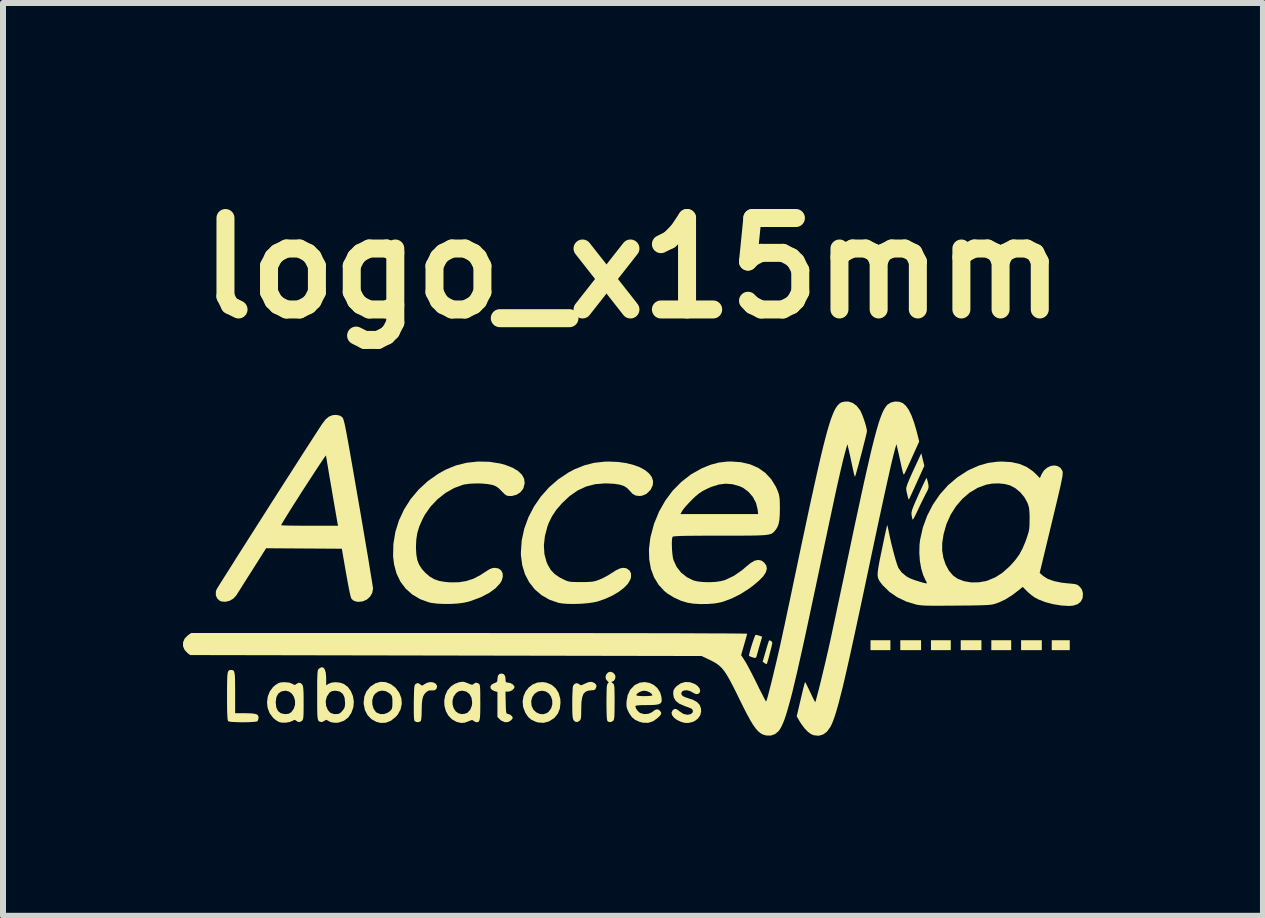
<source format=kicad_pcb>
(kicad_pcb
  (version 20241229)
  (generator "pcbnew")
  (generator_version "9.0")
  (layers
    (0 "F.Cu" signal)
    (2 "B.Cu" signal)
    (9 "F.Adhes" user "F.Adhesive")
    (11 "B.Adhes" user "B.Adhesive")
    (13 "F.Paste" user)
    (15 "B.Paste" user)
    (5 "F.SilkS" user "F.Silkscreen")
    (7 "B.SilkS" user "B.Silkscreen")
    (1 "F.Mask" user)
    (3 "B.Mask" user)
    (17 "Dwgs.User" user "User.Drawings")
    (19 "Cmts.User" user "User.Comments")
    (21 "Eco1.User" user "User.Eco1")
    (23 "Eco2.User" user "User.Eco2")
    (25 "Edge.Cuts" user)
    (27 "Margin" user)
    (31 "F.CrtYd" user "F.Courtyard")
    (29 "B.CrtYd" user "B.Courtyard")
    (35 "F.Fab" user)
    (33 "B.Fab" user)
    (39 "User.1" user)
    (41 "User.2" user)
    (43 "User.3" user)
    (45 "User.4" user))
  (footprint "logo_x15mm"
    (layer "F.Cu")
    (at 7.493 6.418)
    (property "Reference" "logo_x15mm" (at 0 -5 0) (layer "F.SilkS") (effects (font (size 1.524 1.524) (thickness 0.3))))
    (attr board_only exclude_from_pos_files exclude_from_bom)
    (fp_poly (pts (xy 4.296 1.367) (xy 3.965 1.367) (xy 3.965 1.202) (xy 4.296 1.202)) (stroke (width 0) (type solid)) (fill yes) (layer "F.SilkS"))
    (fp_poly (pts (xy 4.807 1.367) (xy 4.461 1.367) (xy 4.461 1.202) (xy 4.807 1.202)) (stroke (width 0) (type solid)) (fill yes) (layer "F.SilkS"))
    (fp_poly (pts (xy 5.302 1.367) (xy 4.972 1.367) (xy 4.972 1.202) (xy 5.302 1.202)) (stroke (width 0) (type solid)) (fill yes) (layer "F.SilkS"))
    (fp_poly (pts (xy 5.813 1.367) (xy 5.468 1.367) (xy 5.468 1.202) (xy 5.813 1.202)) (stroke (width 0) (type solid)) (fill yes) (layer "F.SilkS"))
    (fp_poly (pts (xy 6.309 1.367) (xy 5.978 1.367) (xy 5.978 1.202) (xy 6.309 1.202)) (stroke (width 0) (type solid)) (fill yes) (layer "F.SilkS"))
    (fp_poly (pts (xy 6.819 1.367) (xy 6.474 1.367) (xy 6.474 1.202) (xy 6.819 1.202)) (stroke (width 0) (type solid)) (fill yes) (layer "F.SilkS"))
    (fp_poly (pts (xy 7.285 1.367) (xy 6.985 1.367) (xy 6.985 1.202) (xy 7.285 1.202)) (stroke (width 0) (type solid)) (fill yes) (layer "F.SilkS"))
    (fp_poly (pts (xy 2.314 1.219) (xy 2.328 1.241) (xy 2.328 1.245) (xy 2.324 1.266) (xy 2.315 1.309) (xy 2.301 1.365) (xy 2.285 1.427) (xy 2.269 1.489) (xy 2.254 1.543) (xy 2.242 1.582) (xy 2.235 1.6) (xy 2.235 1.6) (xy 2.221 1.596) (xy 2.199 1.583) (xy 2.167 1.561) (xy 2.217 1.387) (xy 2.237 1.319) (xy 2.254 1.262) (xy 2.267 1.223) (xy 2.273 1.207) (xy 2.273 1.207) (xy 2.292 1.205)) (stroke (width 0) (type solid)) (fill yes) (layer "F.SilkS"))
    (fp_poly (pts (xy 2.077 1.116) (xy 2.114 1.127) (xy 2.159 1.143) (xy 2.123 1.266) (xy 2.104 1.331) (xy 2.087 1.393) (xy 2.074 1.439) (xy 2.072 1.446) (xy 2.061 1.483) (xy 2.047 1.497) (xy 2.022 1.494) (xy 1.99 1.484) (xy 1.958 1.472) (xy 1.941 1.464) (xy 1.94 1.464) (xy 1.941 1.447) (xy 1.949 1.409) (xy 1.963 1.357) (xy 1.981 1.297) (xy 2.001 1.235) (xy 2.02 1.18) (xy 2.036 1.137) (xy 2.048 1.114) (xy 2.051 1.112)) (stroke (width 0) (type solid)) (fill yes) (layer "F.SilkS"))
    (fp_poly (pts (xy 4.836 -1.81) (xy 4.862 -1.705) (xy 4.736 -1.428) (xy 4.698 -1.344) (xy 4.664 -1.27) (xy 4.636 -1.209) (xy 4.616 -1.167) (xy 4.606 -1.146) (xy 4.605 -1.145) (xy 4.597 -1.152) (xy 4.592 -1.167) (xy 4.584 -1.197) (xy 4.573 -1.243) (xy 4.567 -1.269) (xy 4.563 -1.291) (xy 4.56 -1.31) (xy 4.56 -1.331) (xy 4.565 -1.356) (xy 4.575 -1.389) (xy 4.592 -1.432) (xy 4.616 -1.489) (xy 4.649 -1.563) (xy 4.691 -1.656) (xy 4.745 -1.772) (xy 4.773 -1.833) (xy 4.811 -1.915)) (stroke (width 0) (type solid)) (fill yes) (layer "F.SilkS"))
    (fp_poly (pts (xy 4.905 -1.489) (xy 4.915 -1.454) (xy 4.923 -1.421) (xy 4.931 -1.378) (xy 4.932 -1.346) (xy 4.924 -1.315) (xy 4.905 -1.274) (xy 4.885 -1.237) (xy 4.856 -1.18) (xy 4.82 -1.107) (xy 4.781 -1.027) (xy 4.752 -0.964) (xy 4.722 -0.901) (xy 4.696 -0.85) (xy 4.677 -0.817) (xy 4.667 -0.806) (xy 4.667 -0.807) (xy 4.66 -0.828) (xy 4.652 -0.867) (xy 4.65 -0.881) (xy 4.647 -0.904) (xy 4.649 -0.929) (xy 4.655 -0.96) (xy 4.669 -1.001) (xy 4.691 -1.056) (xy 4.723 -1.13) (xy 4.764 -1.222) (xy 4.802 -1.306) (xy 4.837 -1.381) (xy 4.865 -1.44) (xy 4.886 -1.482) (xy 4.896 -1.501) (xy 4.897 -1.502)) (stroke (width 0) (type solid)) (fill yes) (layer "F.SilkS"))
    (fp_poly (pts (xy -3.322 1.905) (xy -3.283 1.925) (xy -3.261 1.958) (xy -3.259 1.974) (xy -3.271 2.015) (xy -3.304 2.037) (xy -3.348 2.038) (xy -3.394 2.039) (xy -3.433 2.061) (xy -3.466 2.094) (xy -3.489 2.134) (xy -3.504 2.187) (xy -3.512 2.26) (xy -3.515 2.356) (xy -3.515 2.362) (xy -3.517 2.452) (xy -3.522 2.514) (xy -3.53 2.547) (xy -3.533 2.551) (xy -3.567 2.567) (xy -3.606 2.564) (xy -3.634 2.548) (xy -3.64 2.527) (xy -3.645 2.481) (xy -3.647 2.41) (xy -3.647 2.311) (xy -3.647 2.238) (xy -3.645 2.138) (xy -3.643 2.063) (xy -3.641 2.01) (xy -3.637 1.975) (xy -3.631 1.952) (xy -3.624 1.939) (xy -3.613 1.929) (xy -3.611 1.928) (xy -3.585 1.916) (xy -3.562 1.922) (xy -3.543 1.936) (xy -3.516 1.955) (xy -3.497 1.954) (xy -3.474 1.938) (xy -3.424 1.91) (xy -3.371 1.899)) (stroke (width 0) (type solid)) (fill yes) (layer "F.SilkS"))
    (fp_poly (pts (xy -6.671 1.699) (xy -6.655 1.705) (xy -6.643 1.72) (xy -6.635 1.747) (xy -6.629 1.79) (xy -6.626 1.851) (xy -6.625 1.935) (xy -6.624 2.044) (xy -6.624 2.076) (xy -6.624 2.418) (xy -6.467 2.418) (xy -6.377 2.42) (xy -6.312 2.425) (xy -6.269 2.436) (xy -6.245 2.452) (xy -6.235 2.476) (xy -6.234 2.49) (xy -6.24 2.528) (xy -6.252 2.551) (xy -6.274 2.558) (xy -6.319 2.563) (xy -6.382 2.567) (xy -6.454 2.569) (xy -6.531 2.569) (xy -6.604 2.567) (xy -6.668 2.564) (xy -6.715 2.559) (xy -6.74 2.551) (xy -6.741 2.551) (xy -6.747 2.535) (xy -6.752 2.5) (xy -6.755 2.444) (xy -6.758 2.364) (xy -6.759 2.259) (xy -6.759 2.133) (xy -6.759 2.007) (xy -6.758 1.908) (xy -6.756 1.833) (xy -6.753 1.778) (xy -6.747 1.74) (xy -6.738 1.717) (xy -6.726 1.704) (xy -6.711 1.698) (xy -6.692 1.697)) (stroke (width 0) (type solid)) (fill yes) (layer "F.SilkS"))
    (fp_poly (pts (xy -0.644 1.91) (xy -0.629 1.921) (xy -0.605 1.946) (xy -0.603 1.973) (xy -0.609 1.992) (xy -0.623 2.021) (xy -0.646 2.033) (xy -0.684 2.036) (xy -0.744 2.043) (xy -0.789 2.063) (xy -0.821 2.099) (xy -0.841 2.156) (xy -0.853 2.235) (xy -0.856 2.34) (xy -0.856 2.347) (xy -0.857 2.423) (xy -0.859 2.476) (xy -0.864 2.51) (xy -0.873 2.531) (xy -0.884 2.544) (xy -0.923 2.566) (xy -0.959 2.559) (xy -0.983 2.535) (xy -0.992 2.517) (xy -0.998 2.488) (xy -1.003 2.445) (xy -1.005 2.383) (xy -1.006 2.298) (xy -1.006 2.251) (xy -1.006 2.164) (xy -1.003 2.086) (xy -1 2.022) (xy -0.996 1.978) (xy -0.993 1.963) (xy -0.967 1.929) (xy -0.932 1.917) (xy -0.896 1.929) (xy -0.889 1.935) (xy -0.872 1.949) (xy -0.853 1.951) (xy -0.824 1.939) (xy -0.797 1.926) (xy -0.734 1.9) (xy -0.686 1.895)) (stroke (width 0) (type solid)) (fill yes) (layer "F.SilkS"))
    (fp_poly (pts (xy -0.33 1.74) (xy -0.298 1.771) (xy -0.285 1.808) (xy -0.294 1.85) (xy -0.316 1.881) (xy -0.342 1.893) (xy -0.356 1.896) (xy -0.345 1.908) (xy -0.334 1.916) (xy -0.322 1.925) (xy -0.314 1.937) (xy -0.308 1.956) (xy -0.304 1.985) (xy -0.302 2.031) (xy -0.301 2.096) (xy -0.3 2.185) (xy -0.3 2.23) (xy -0.301 2.334) (xy -0.302 2.411) (xy -0.304 2.467) (xy -0.308 2.504) (xy -0.314 2.528) (xy -0.322 2.543) (xy -0.324 2.545) (xy -0.362 2.566) (xy -0.401 2.562) (xy -0.418 2.551) (xy -0.425 2.532) (xy -0.43 2.493) (xy -0.433 2.429) (xy -0.435 2.339) (xy -0.436 2.237) (xy -0.435 2.133) (xy -0.434 2.054) (xy -0.432 1.998) (xy -0.428 1.961) (xy -0.422 1.937) (xy -0.415 1.924) (xy -0.413 1.922) (xy -0.399 1.906) (xy -0.408 1.891) (xy -0.42 1.882) (xy -0.446 1.849) (xy -0.451 1.807) (xy -0.436 1.767) (xy -0.407 1.737) (xy -0.369 1.727)) (stroke (width 0) (type solid)) (fill yes) (layer "F.SilkS"))
    (fp_poly (pts (xy -1.439 1.908) (xy -1.351 1.944) (xy -1.282 2.003) (xy -1.233 2.081) (xy -1.206 2.176) (xy -1.202 2.239) (xy -1.213 2.342) (xy -1.246 2.426) (xy -1.303 2.495) (xy -1.313 2.504) (xy -1.397 2.556) (xy -1.485 2.579) (xy -1.576 2.572) (xy -1.614 2.561) (xy -1.686 2.528) (xy -1.74 2.482) (xy -1.785 2.415) (xy -1.791 2.404) (xy -1.825 2.313) (xy -1.833 2.222) (xy -1.832 2.215) (xy -1.69 2.215) (xy -1.684 2.29) (xy -1.683 2.297) (xy -1.653 2.359) (xy -1.606 2.404) (xy -1.549 2.43) (xy -1.488 2.435) (xy -1.43 2.416) (xy -1.397 2.391) (xy -1.356 2.333) (xy -1.338 2.268) (xy -1.34 2.202) (xy -1.36 2.14) (xy -1.397 2.089) (xy -1.449 2.055) (xy -1.51 2.043) (xy -1.578 2.056) (xy -1.633 2.093) (xy -1.672 2.148) (xy -1.69 2.215) (xy -1.832 2.215) (xy -1.818 2.135) (xy -1.784 2.057) (xy -1.732 1.99) (xy -1.666 1.939) (xy -1.588 1.907) (xy -1.501 1.899)) (stroke (width 0) (type solid)) (fill yes) (layer "F.SilkS"))
    (fp_poly (pts (xy -2.146 1.768) (xy -2.124 1.802) (xy -2.118 1.851) (xy -2.116 1.888) (xy -2.105 1.904) (xy -2.079 1.908) (xy -2.073 1.908) (xy -2.034 1.917) (xy -1.996 1.939) (xy -1.972 1.968) (xy -1.968 1.983) (xy -1.981 2.011) (xy -2.012 2.038) (xy -2.052 2.055) (xy -2.073 2.058) (xy -2.119 2.058) (xy -2.115 2.242) (xy -2.113 2.319) (xy -2.11 2.371) (xy -2.106 2.403) (xy -2.1 2.42) (xy -2.089 2.428) (xy -2.074 2.431) (xy -2.073 2.431) (xy -2.036 2.445) (xy -2.007 2.472) (xy -1.998 2.496) (xy -2.007 2.515) (xy -2.028 2.538) (xy -2.074 2.565) (xy -2.128 2.568) (xy -2.182 2.546) (xy -2.209 2.525) (xy -2.253 2.481) (xy -2.253 2.064) (xy -2.301 2.05) (xy -2.339 2.032) (xy -2.364 2.009) (xy -2.364 2.009) (xy -2.371 1.974) (xy -2.352 1.942) (xy -2.308 1.918) (xy -2.301 1.916) (xy -2.268 1.902) (xy -2.255 1.88) (xy -2.253 1.847) (xy -2.245 1.794) (xy -2.219 1.764) (xy -2.186 1.757)) (stroke (width 0) (type solid)) (fill yes) (layer "F.SilkS"))
    (fp_poly (pts (xy -4.115 1.9) (xy -4.031 1.933) (xy -3.952 1.993) (xy -3.948 1.998) (xy -3.888 2.08) (xy -3.854 2.169) (xy -3.847 2.263) (xy -3.867 2.354) (xy -3.913 2.44) (xy -3.949 2.48) (xy -4.027 2.543) (xy -4.11 2.576) (xy -4.197 2.58) (xy -4.271 2.562) (xy -4.353 2.517) (xy -4.417 2.451) (xy -4.461 2.367) (xy -4.481 2.269) (xy -4.483 2.238) (xy -4.478 2.2) (xy -4.339 2.2) (xy -4.338 2.272) (xy -4.318 2.34) (xy -4.281 2.395) (xy -4.263 2.41) (xy -4.207 2.432) (xy -4.143 2.432) (xy -4.082 2.41) (xy -4.052 2.39) (xy -4.026 2.365) (xy -4.012 2.341) (xy -4.005 2.31) (xy -4.003 2.262) (xy -4.003 2.238) (xy -4.004 2.181) (xy -4.009 2.145) (xy -4.02 2.12) (xy -4.041 2.097) (xy -4.052 2.087) (xy -4.112 2.051) (xy -4.177 2.041) (xy -4.239 2.056) (xy -4.292 2.094) (xy -4.319 2.133) (xy -4.339 2.2) (xy -4.478 2.2) (xy -4.471 2.138) (xy -4.436 2.054) (xy -4.375 1.98) (xy -4.365 1.971) (xy -4.285 1.919) (xy -4.201 1.895)) (stroke (width 0) (type solid)) (fill yes) (layer "F.SilkS"))
    (fp_poly (pts (xy 0.958 1.902) (xy 1.036 1.931) (xy 1.081 1.962) (xy 1.115 2.003) (xy 1.126 2.043) (xy 1.117 2.076) (xy 1.092 2.097) (xy 1.056 2.1) (xy 1.01 2.079) (xy 1.005 2.075) (xy 0.957 2.049) (xy 0.907 2.036) (xy 0.861 2.038) (xy 0.827 2.053) (xy 0.811 2.081) (xy 0.811 2.086) (xy 0.817 2.113) (xy 0.838 2.134) (xy 0.881 2.153) (xy 0.926 2.168) (xy 1.015 2.199) (xy 1.078 2.236) (xy 1.118 2.281) (xy 1.138 2.337) (xy 1.142 2.387) (xy 1.128 2.45) (xy 1.089 2.507) (xy 1.032 2.55) (xy 0.994 2.566) (xy 0.925 2.581) (xy 0.864 2.578) (xy 0.807 2.562) (xy 0.738 2.53) (xy 0.687 2.49) (xy 0.656 2.448) (xy 0.649 2.406) (xy 0.668 2.368) (xy 0.669 2.367) (xy 0.699 2.347) (xy 0.729 2.349) (xy 0.767 2.374) (xy 0.783 2.388) (xy 0.847 2.43) (xy 0.912 2.444) (xy 0.965 2.435) (xy 0.997 2.411) (xy 1.006 2.38) (xy 0.991 2.35) (xy 0.988 2.347) (xy 0.965 2.335) (xy 0.922 2.318) (xy 0.869 2.299) (xy 0.868 2.299) (xy 0.78 2.261) (xy 0.72 2.214) (xy 0.686 2.156) (xy 0.676 2.093) (xy 0.679 2.048) (xy 0.693 2.014) (xy 0.723 1.978) (xy 0.732 1.968) (xy 0.799 1.921) (xy 0.877 1.898)) (stroke (width 0) (type solid)) (fill yes) (layer "F.SilkS"))
    (fp_poly (pts (xy -5.722 1.908) (xy -5.672 1.928) (xy -5.641 1.945) (xy -5.622 1.945) (xy -5.604 1.931) (xy -5.565 1.91) (xy -5.529 1.918) (xy -5.506 1.941) (xy -5.497 1.959) (xy -5.491 1.986) (xy -5.487 2.027) (xy -5.484 2.086) (xy -5.483 2.167) (xy -5.483 2.247) (xy -5.483 2.344) (xy -5.484 2.417) (xy -5.486 2.468) (xy -5.49 2.502) (xy -5.496 2.524) (xy -5.504 2.538) (xy -5.51 2.544) (xy -5.548 2.566) (xy -5.584 2.56) (xy -5.604 2.545) (xy -5.626 2.53) (xy -5.647 2.533) (xy -5.666 2.545) (xy -5.717 2.565) (xy -5.783 2.576) (xy -5.849 2.575) (xy -5.885 2.567) (xy -5.924 2.548) (xy -5.97 2.515) (xy -5.993 2.493) (xy -6.05 2.417) (xy -6.083 2.329) (xy -6.093 2.238) (xy -5.948 2.238) (xy -5.939 2.321) (xy -5.91 2.382) (xy -5.862 2.419) (xy -5.795 2.433) (xy -5.787 2.433) (xy -5.733 2.427) (xy -5.694 2.405) (xy -5.686 2.398) (xy -5.646 2.341) (xy -5.626 2.276) (xy -5.626 2.209) (xy -5.644 2.147) (xy -5.677 2.095) (xy -5.724 2.058) (xy -5.783 2.043) (xy -5.789 2.043) (xy -5.857 2.056) (xy -5.906 2.092) (xy -5.937 2.151) (xy -5.948 2.232) (xy -5.948 2.238) (xy -6.093 2.238) (xy -6.093 2.236) (xy -6.081 2.143) (xy -6.047 2.056) (xy -5.992 1.981) (xy -5.95 1.946) (xy -5.904 1.918) (xy -5.861 1.904) (xy -5.804 1.901) (xy -5.8 1.901)) (stroke (width 0) (type solid)) (fill yes) (layer "F.SilkS"))
    (fp_poly (pts (xy -2.8 1.899) (xy -2.756 1.915) (xy -2.736 1.923) (xy -2.695 1.94) (xy -2.671 1.943) (xy -2.654 1.935) (xy -2.649 1.93) (xy -2.621 1.91) (xy -2.59 1.913) (xy -2.568 1.923) (xy -2.558 1.93) (xy -2.55 1.942) (xy -2.545 1.963) (xy -2.542 1.996) (xy -2.54 2.046) (xy -2.539 2.118) (xy -2.539 2.215) (xy -2.538 2.236) (xy -2.539 2.344) (xy -2.54 2.426) (xy -2.544 2.486) (xy -2.55 2.526) (xy -2.559 2.551) (xy -2.573 2.563) (xy -2.59 2.568) (xy -2.601 2.569) (xy -2.632 2.558) (xy -2.649 2.546) (xy -2.666 2.534) (xy -2.687 2.534) (xy -2.722 2.547) (xy -2.736 2.553) (xy -2.801 2.577) (xy -2.859 2.58) (xy -2.925 2.565) (xy -2.937 2.561) (xy -3.012 2.519) (xy -3.071 2.458) (xy -3.113 2.382) (xy -3.136 2.296) (xy -3.14 2.207) (xy -3.139 2.205) (xy -3.001 2.205) (xy -3.001 2.271) (xy -2.983 2.333) (xy -2.95 2.385) (xy -2.903 2.42) (xy -2.844 2.433) (xy -2.843 2.433) (xy -2.796 2.427) (xy -2.756 2.412) (xy -2.752 2.41) (xy -2.707 2.361) (xy -2.68 2.295) (xy -2.674 2.238) (xy -2.685 2.16) (xy -2.718 2.1) (xy -2.768 2.059) (xy -2.834 2.043) (xy -2.843 2.043) (xy -2.895 2.051) (xy -2.938 2.08) (xy -2.944 2.086) (xy -2.983 2.141) (xy -3.001 2.205) (xy -3.139 2.205) (xy -3.123 2.119) (xy -3.086 2.038) (xy -3.029 1.972) (xy -2.964 1.929) (xy -2.89 1.901) (xy -2.831 1.893)) (stroke (width 0) (type solid)) (fill yes) (layer "F.SilkS"))
    (fp_poly (pts (xy 0.278 1.912) (xy 0.352 1.946) (xy 0.413 2) (xy 0.458 2.07) (xy 0.477 2.133) (xy 0.485 2.186) (xy 0.483 2.224) (xy 0.468 2.251) (xy 0.436 2.268) (xy 0.385 2.278) (xy 0.31 2.282) (xy 0.224 2.283) (xy 0.14 2.284) (xy 0.081 2.288) (xy 0.05 2.294) (xy 0.045 2.299) (xy 0.056 2.337) (xy 0.084 2.379) (xy 0.118 2.41) (xy 0.127 2.415) (xy 0.193 2.433) (xy 0.261 2.428) (xy 0.318 2.404) (xy 0.326 2.398) (xy 0.373 2.364) (xy 0.408 2.353) (xy 0.438 2.362) (xy 0.451 2.374) (xy 0.473 2.401) (xy 0.477 2.425) (xy 0.461 2.454) (xy 0.422 2.493) (xy 0.421 2.495) (xy 0.343 2.551) (xy 0.259 2.579) (xy 0.169 2.576) (xy 0.114 2.561) (xy 0.042 2.529) (xy -0.011 2.485) (xy -0.055 2.422) (xy -0.065 2.403) (xy -0.089 2.352) (xy -0.101 2.31) (xy -0.103 2.261) (xy -0.101 2.221) (xy -0.083 2.119) (xy 0.06 2.119) (xy 0.074 2.125) (xy 0.111 2.13) (xy 0.165 2.133) (xy 0.195 2.133) (xy 0.255 2.132) (xy 0.301 2.128) (xy 0.327 2.122) (xy 0.33 2.119) (xy 0.317 2.095) (xy 0.284 2.07) (xy 0.241 2.051) (xy 0.197 2.043) (xy 0.195 2.043) (xy 0.152 2.05) (xy 0.108 2.069) (xy 0.075 2.093) (xy 0.06 2.118) (xy 0.06 2.119) (xy -0.083 2.119) (xy -0.082 2.116) (xy -0.041 2.029) (xy 0.024 1.959) (xy 0.042 1.946) (xy 0.118 1.909) (xy 0.199 1.899)) (stroke (width 0) (type solid)) (fill yes) (layer "F.SilkS"))
    (fp_poly (pts (xy -5.156 1.656) (xy -5.131 1.687) (xy -5.114 1.743) (xy -5.107 1.823) (xy -5.107 1.836) (xy -5.107 1.953) (xy -5.068 1.928) (xy -5.015 1.908) (xy -4.948 1.901) (xy -4.877 1.909) (xy -4.816 1.929) (xy -4.748 1.978) (xy -4.696 2.049) (xy -4.661 2.133) (xy -4.646 2.226) (xy -4.654 2.318) (xy -4.688 2.414) (xy -4.741 2.491) (xy -4.811 2.544) (xy -4.895 2.573) (xy -4.914 2.576) (xy -4.965 2.577) (xy -5.012 2.571) (xy -5.022 2.569) (xy -5.06 2.553) (xy -5.086 2.537) (xy -5.108 2.528) (xy -5.133 2.542) (xy -5.135 2.544) (xy -5.176 2.566) (xy -5.215 2.559) (xy -5.234 2.545) (xy -5.241 2.534) (xy -5.246 2.516) (xy -5.251 2.487) (xy -5.254 2.444) (xy -5.256 2.383) (xy -5.257 2.3) (xy -5.257 2.216) (xy -5.115 2.216) (xy -5.108 2.296) (xy -5.107 2.297) (xy -5.078 2.367) (xy -5.036 2.412) (xy -4.977 2.432) (xy -4.952 2.433) (xy -4.906 2.43) (xy -4.873 2.415) (xy -4.839 2.381) (xy -4.838 2.38) (xy -4.811 2.344) (xy -4.797 2.31) (xy -4.792 2.264) (xy -4.792 2.241) (xy -4.801 2.157) (xy -4.83 2.096) (xy -4.878 2.058) (xy -4.945 2.044) (xy -4.954 2.043) (xy -5.007 2.049) (xy -5.046 2.071) (xy -5.054 2.079) (xy -5.096 2.141) (xy -5.115 2.216) (xy -5.257 2.216) (xy -5.257 2.194) (xy -5.257 2.112) (xy -5.257 1.989) (xy -5.257 1.894) (xy -5.255 1.821) (xy -5.253 1.768) (xy -5.25 1.73) (xy -5.246 1.706) (xy -5.24 1.69) (xy -5.232 1.68) (xy -5.23 1.677) (xy -5.19 1.653)) (stroke (width 0) (type solid)) (fill yes) (layer "F.SilkS"))
    (fp_poly (pts (xy -2.388 -1.772) (xy -2.204 -1.743) (xy -2.118 -1.719) (xy -2.001 -1.673) (xy -1.91 -1.619) (xy -1.845 -1.557) (xy -1.808 -1.489) (xy -1.799 -1.415) (xy -1.818 -1.337) (xy -1.827 -1.318) (xy -1.871 -1.263) (xy -1.934 -1.223) (xy -2.008 -1.203) (xy -2.034 -1.202) (xy -2.073 -1.203) (xy -2.102 -1.211) (xy -2.129 -1.229) (xy -2.164 -1.263) (xy -2.184 -1.284) (xy -2.23 -1.33) (xy -2.27 -1.359) (xy -2.314 -1.379) (xy -2.35 -1.389) (xy -2.426 -1.402) (xy -2.52 -1.41) (xy -2.62 -1.411) (xy -2.717 -1.406) (xy -2.799 -1.395) (xy -2.824 -1.39) (xy -2.974 -1.335) (xy -3.118 -1.253) (xy -3.25 -1.149) (xy -3.367 -1.026) (xy -3.464 -0.887) (xy -3.5 -0.819) (xy -3.553 -0.7) (xy -3.587 -0.591) (xy -3.605 -0.479) (xy -3.611 -0.352) (xy -3.611 -0.345) (xy -3.605 -0.23) (xy -3.589 -0.136) (xy -3.558 -0.057) (xy -3.511 0.016) (xy -3.456 0.076) (xy -3.384 0.139) (xy -3.308 0.184) (xy -3.222 0.214) (xy -3.118 0.231) (xy -3.042 0.237) (xy -2.9 0.236) (xy -2.773 0.216) (xy -2.654 0.177) (xy -2.533 0.114) (xy -2.45 0.059) (xy -2.39 0.021) (xy -2.342 0.001) (xy -2.301 -0.005) (xy -2.238 0.005) (xy -2.193 0.036) (xy -2.167 0.083) (xy -2.163 0.141) (xy -2.18 0.205) (xy -2.208 0.253) (xy -2.287 0.338) (xy -2.394 0.415) (xy -2.53 0.485) (xy -2.695 0.547) (xy -2.734 0.559) (xy -2.815 0.577) (xy -2.916 0.59) (xy -3.029 0.597) (xy -3.145 0.597) (xy -3.254 0.592) (xy -3.348 0.581) (xy -3.392 0.571) (xy -3.542 0.517) (xy -3.672 0.44) (xy -3.782 0.342) (xy -3.87 0.225) (xy -3.935 0.089) (xy -3.976 -0.063) (xy -3.992 -0.199) (xy -3.987 -0.403) (xy -3.954 -0.603) (xy -3.894 -0.796) (xy -3.808 -0.979) (xy -3.699 -1.151) (xy -3.566 -1.309) (xy -3.412 -1.451) (xy -3.238 -1.573) (xy -3.114 -1.642) (xy -2.946 -1.711) (xy -2.765 -1.756) (xy -2.577 -1.776)) (stroke (width 0) (type solid)) (fill yes) (layer "F.SilkS"))
    (fp_poly (pts (xy -0.241 -1.769) (xy -0.105 -1.75) (xy 0.017 -1.719) (xy 0.122 -1.68) (xy 0.209 -1.632) (xy 0.276 -1.576) (xy 0.321 -1.515) (xy 0.341 -1.45) (xy 0.336 -1.382) (xy 0.303 -1.312) (xy 0.292 -1.297) (xy 0.231 -1.238) (xy 0.16 -1.207) (xy 0.114 -1.202) (xy 0.05 -1.21) (xy -0.001 -1.238) (xy -0.049 -1.29) (xy -0.051 -1.292) (xy -0.093 -1.336) (xy -0.146 -1.369) (xy -0.215 -1.391) (xy -0.304 -1.405) (xy -0.416 -1.411) (xy -0.461 -1.412) (xy -0.623 -1.399) (xy -0.774 -1.36) (xy -0.916 -1.294) (xy -1.052 -1.199) (xy -1.179 -1.079) (xy -1.273 -0.97) (xy -1.344 -0.863) (xy -1.399 -0.75) (xy -1.42 -0.693) (xy -1.462 -0.533) (xy -1.479 -0.379) (xy -1.47 -0.235) (xy -1.435 -0.103) (xy -1.412 -0.051) (xy -1.363 0.032) (xy -1.3 0.098) (xy -1.219 0.154) (xy -1.157 0.186) (xy -1.116 0.205) (xy -1.082 0.218) (xy -1.046 0.226) (xy -1.004 0.23) (xy -0.946 0.232) (xy -0.865 0.232) (xy -0.856 0.232) (xy -0.771 0.232) (xy -0.708 0.229) (xy -0.66 0.224) (xy -0.62 0.215) (xy -0.579 0.202) (xy -0.553 0.192) (xy -0.487 0.162) (xy -0.414 0.123) (xy -0.352 0.084) (xy -0.273 0.034) (xy -0.21 0.005) (xy -0.157 -0.005) (xy -0.109 0.002) (xy -0.097 0.007) (xy -0.05 0.041) (xy -0.026 0.091) (xy -0.027 0.153) (xy -0.039 0.193) (xy -0.079 0.261) (xy -0.146 0.33) (xy -0.233 0.396) (xy -0.338 0.458) (xy -0.456 0.512) (xy -0.583 0.556) (xy -0.586 0.557) (xy -0.663 0.573) (xy -0.759 0.586) (xy -0.867 0.594) (xy -0.977 0.597) (xy -1.082 0.596) (xy -1.174 0.589) (xy -1.238 0.578) (xy -1.387 0.526) (xy -1.519 0.45) (xy -1.631 0.354) (xy -1.723 0.237) (xy -1.793 0.104) (xy -1.839 -0.046) (xy -1.861 -0.21) (xy -1.862 -0.265) (xy -1.848 -0.463) (xy -1.806 -0.657) (xy -1.737 -0.846) (xy -1.644 -1.026) (xy -1.529 -1.193) (xy -1.393 -1.346) (xy -1.239 -1.48) (xy -1.068 -1.594) (xy -0.968 -1.647) (xy -0.804 -1.713) (xy -0.64 -1.755) (xy -0.467 -1.774) (xy -0.391 -1.776)) (stroke (width 0) (type solid)) (fill yes) (layer "F.SilkS"))
    (fp_poly (pts (xy 4.447 -2.772) (xy 4.503 -2.75) (xy 4.554 -2.705) (xy 4.602 -2.637) (xy 4.648 -2.543) (xy 4.692 -2.423) (xy 4.735 -2.275) (xy 4.746 -2.231) (xy 4.776 -2.11) (xy 4.654 -1.84) (xy 4.616 -1.756) (xy 4.582 -1.682) (xy 4.554 -1.621) (xy 4.533 -1.579) (xy 4.523 -1.559) (xy 4.522 -1.558) (xy 4.514 -1.566) (xy 4.503 -1.598) (xy 4.491 -1.647) (xy 4.485 -1.671) (xy 4.469 -1.747) (xy 4.449 -1.836) (xy 4.431 -1.919) (xy 4.428 -1.93) (xy 4.397 -2.065) (xy 4.377 -1.998) (xy 4.361 -1.939) (xy 4.339 -1.852) (xy 4.311 -1.737) (xy 4.279 -1.595) (xy 4.241 -1.426) (xy 4.198 -1.231) (xy 4.15 -1.01) (xy 4.097 -0.765) (xy 4.04 -0.497) (xy 3.978 -0.205) (xy 3.951 -0.075) (xy 3.881 0.255) (xy 3.817 0.557) (xy 3.758 0.832) (xy 3.704 1.082) (xy 3.655 1.308) (xy 3.61 1.511) (xy 3.569 1.692) (xy 3.532 1.854) (xy 3.498 1.997) (xy 3.466 2.122) (xy 3.438 2.232) (xy 3.412 2.326) (xy 3.388 2.408) (xy 3.366 2.477) (xy 3.345 2.536) (xy 3.325 2.586) (xy 3.306 2.627) (xy 3.293 2.651) (xy 3.239 2.725) (xy 3.174 2.773) (xy 3.101 2.794) (xy 3.023 2.786) (xy 2.977 2.769) (xy 2.924 2.731) (xy 2.866 2.671) (xy 2.809 2.594) (xy 2.778 2.545) (xy 2.735 2.469) (xy 2.801 2.187) (xy 2.822 2.099) (xy 2.84 2.022) (xy 2.856 1.96) (xy 2.867 1.917) (xy 2.873 1.899) (xy 2.873 1.899) (xy 2.881 1.909) (xy 2.899 1.942) (xy 2.924 1.993) (xy 2.954 2.056) (xy 2.959 2.066) (xy 2.989 2.13) (xy 3.015 2.183) (xy 3.034 2.219) (xy 3.043 2.234) (xy 3.044 2.234) (xy 3.05 2.216) (xy 3.062 2.174) (xy 3.079 2.109) (xy 3.101 2.027) (xy 3.125 1.931) (xy 3.151 1.825) (xy 3.178 1.712) (xy 3.206 1.596) (xy 3.232 1.482) (xy 3.258 1.372) (xy 3.28 1.272) (xy 3.281 1.269) (xy 3.299 1.188) (xy 3.322 1.08) (xy 3.349 0.951) (xy 3.381 0.804) (xy 3.415 0.642) (xy 3.452 0.47) (xy 3.49 0.29) (xy 3.529 0.107) (xy 3.567 -0.075) (xy 3.574 -0.108) (xy 3.642 -0.43) (xy 3.704 -0.725) (xy 3.762 -0.993) (xy 3.814 -1.235) (xy 3.862 -1.453) (xy 3.906 -1.649) (xy 3.946 -1.823) (xy 3.982 -1.977) (xy 4.016 -2.113) (xy 4.047 -2.231) (xy 4.075 -2.332) (xy 4.101 -2.42) (xy 4.126 -2.494) (xy 4.149 -2.555) (xy 4.171 -2.607) (xy 4.193 -2.649) (xy 4.214 -2.683) (xy 4.235 -2.71) (xy 4.251 -2.727) (xy 4.307 -2.761) (xy 4.376 -2.777)) (stroke (width 0) (type solid)) (fill yes) (layer "F.SilkS"))
    (fp_poly (pts (xy 1.807 -1.765) (xy 1.96 -1.729) (xy 2.096 -1.669) (xy 2.213 -1.586) (xy 2.311 -1.48) (xy 2.389 -1.353) (xy 2.419 -1.284) (xy 2.434 -1.242) (xy 2.444 -1.2) (xy 2.45 -1.153) (xy 2.453 -1.092) (xy 2.454 -1.009) (xy 2.454 -0.999) (xy 2.452 -0.889) (xy 2.446 -0.803) (xy 2.433 -0.736) (xy 2.413 -0.683) (xy 2.385 -0.639) (xy 2.377 -0.63) (xy 2.361 -0.611) (xy 2.345 -0.595) (xy 2.328 -0.581) (xy 2.306 -0.57) (xy 2.276 -0.561) (xy 2.237 -0.555) (xy 2.187 -0.549) (xy 2.121 -0.546) (xy 2.038 -0.543) (xy 1.936 -0.542) (xy 1.812 -0.541) (xy 1.663 -0.541) (xy 1.487 -0.541) (xy 1.458 -0.541) (xy 1.275 -0.541) (xy 1.12 -0.54) (xy 0.991 -0.539) (xy 0.887 -0.538) (xy 0.805 -0.536) (xy 0.744 -0.533) (xy 0.702 -0.53) (xy 0.677 -0.527) (xy 0.667 -0.523) (xy 0.666 -0.523) (xy 0.658 -0.493) (xy 0.654 -0.441) (xy 0.654 -0.375) (xy 0.657 -0.303) (xy 0.663 -0.232) (xy 0.672 -0.171) (xy 0.681 -0.135) (xy 0.733 -0.021) (xy 0.809 0.076) (xy 0.907 0.153) (xy 1.01 0.204) (xy 1.083 0.222) (xy 1.176 0.232) (xy 1.278 0.235) (xy 1.38 0.23) (xy 1.472 0.217) (xy 1.539 0.199) (xy 1.691 0.127) (xy 1.832 0.028) (xy 1.885 -0.018) (xy 1.965 -0.084) (xy 2.034 -0.124) (xy 2.095 -0.137) (xy 2.149 -0.125) (xy 2.194 -0.091) (xy 2.228 -0.043) (xy 2.237 0.011) (xy 2.22 0.07) (xy 2.177 0.136) (xy 2.106 0.209) (xy 2.009 0.291) (xy 1.93 0.349) (xy 1.799 0.432) (xy 1.658 0.503) (xy 1.518 0.556) (xy 1.466 0.571) (xy 1.366 0.589) (xy 1.249 0.598) (xy 1.126 0.599) (xy 1.008 0.592) (xy 0.916 0.577) (xy 0.804 0.543) (xy 0.69 0.491) (xy 0.585 0.426) (xy 0.531 0.384) (xy 0.433 0.278) (xy 0.357 0.153) (xy 0.305 0.013) (xy 0.277 -0.143) (xy 0.272 -0.31) (xy 0.293 -0.489) (xy 0.3 -0.526) (xy 0.357 -0.739) (xy 0.424 -0.901) (xy 0.797 -0.901) (xy 2.092 -0.901) (xy 2.083 -0.979) (xy 2.056 -1.088) (xy 2.003 -1.188) (xy 1.929 -1.273) (xy 1.839 -1.339) (xy 1.782 -1.365) (xy 1.666 -1.398) (xy 1.552 -1.407) (xy 1.436 -1.393) (xy 1.312 -1.354) (xy 1.233 -1.319) (xy 1.164 -1.283) (xy 1.105 -1.244) (xy 1.046 -1.195) (xy 0.985 -1.136) (xy 0.932 -1.081) (xy 0.884 -1.028) (xy 0.847 -0.983) (xy 0.829 -0.958) (xy 0.797 -0.901) (xy 0.424 -0.901) (xy 0.439 -0.939) (xy 0.543 -1.123) (xy 0.667 -1.29) (xy 0.811 -1.436) (xy 0.971 -1.561) (xy 1.148 -1.661) (xy 1.159 -1.666) (xy 1.3 -1.723) (xy 1.435 -1.759) (xy 1.573 -1.775) (xy 1.638 -1.777)) (stroke (width 0) (type solid)) (fill yes) (layer "F.SilkS"))
    (fp_poly (pts (xy -4.88 -2.542) (xy -4.845 -2.52) (xy -4.838 -2.513) (xy -4.831 -2.504) (xy -4.825 -2.491) (xy -4.818 -2.472) (xy -4.81 -2.445) (xy -4.801 -2.409) (xy -4.791 -2.361) (xy -4.779 -2.301) (xy -4.764 -2.225) (xy -4.747 -2.132) (xy -4.727 -2.021) (xy -4.704 -1.89) (xy -4.677 -1.736) (xy -4.646 -1.558) (xy -4.611 -1.355) (xy -4.571 -1.124) (xy -4.566 -1.097) (xy -4.531 -0.895) (xy -4.498 -0.702) (xy -4.467 -0.518) (xy -4.438 -0.346) (xy -4.411 -0.189) (xy -4.388 -0.047) (xy -4.368 0.076) (xy -4.351 0.178) (xy -4.338 0.258) (xy -4.33 0.312) (xy -4.326 0.34) (xy -4.326 0.342) (xy -4.34 0.415) (xy -4.377 0.477) (xy -4.432 0.526) (xy -4.5 0.555) (xy -4.573 0.562) (xy -4.612 0.556) (xy -4.657 0.538) (xy -4.685 0.51) (xy -4.694 0.491) (xy -4.702 0.463) (xy -4.714 0.411) (xy -4.729 0.338) (xy -4.746 0.248) (xy -4.764 0.148) (xy -4.78 0.06) (xy -4.846 -0.323) (xy -5.477 -0.327) (xy -6.108 -0.331) (xy -6.347 0.047) (xy -6.409 0.144) (xy -6.466 0.234) (xy -6.516 0.314) (xy -6.557 0.379) (xy -6.588 0.427) (xy -6.605 0.454) (xy -6.607 0.458) (xy -6.655 0.509) (xy -6.717 0.545) (xy -6.785 0.561) (xy -6.85 0.556) (xy -6.876 0.547) (xy -6.922 0.508) (xy -6.946 0.454) (xy -6.946 0.392) (xy -6.936 0.36) (xy -6.926 0.342) (xy -6.901 0.301) (xy -6.862 0.239) (xy -6.811 0.158) (xy -6.748 0.059) (xy -6.676 -0.055) (xy -6.596 -0.183) (xy -6.508 -0.321) (xy -6.414 -0.469) (xy -6.315 -0.624) (xy -6.257 -0.716) (xy -5.858 -0.716) (xy -5.844 -0.713) (xy -5.803 -0.711) (xy -5.739 -0.709) (xy -5.656 -0.708) (xy -5.557 -0.707) (xy -5.446 -0.706) (xy -5.384 -0.706) (xy -4.909 -0.706) (xy -4.918 -0.747) (xy -4.922 -0.769) (xy -4.93 -0.817) (xy -4.942 -0.887) (xy -4.957 -0.975) (xy -4.975 -1.078) (xy -4.995 -1.192) (xy -5.015 -1.314) (xy -5.037 -1.438) (xy -5.058 -1.562) (xy -5.078 -1.683) (xy -5.097 -1.795) (xy -5.111 -1.877) (xy -5.119 -1.868) (xy -5.142 -1.837) (xy -5.176 -1.786) (xy -5.221 -1.719) (xy -5.274 -1.639) (xy -5.333 -1.548) (xy -5.397 -1.45) (xy -5.464 -1.347) (xy -5.531 -1.243) (xy -5.596 -1.14) (xy -5.659 -1.042) (xy -5.716 -0.951) (xy -5.766 -0.871) (xy -5.807 -0.804) (xy -5.837 -0.754) (xy -5.855 -0.724) (xy -5.858 -0.716) (xy -6.257 -0.716) (xy -6.213 -0.784) (xy -6.109 -0.948) (xy -6.004 -1.113) (xy -5.899 -1.277) (xy -5.796 -1.438) (xy -5.695 -1.595) (xy -5.599 -1.745) (xy -5.509 -1.886) (xy -5.425 -2.016) (xy -5.349 -2.134) (xy -5.283 -2.236) (xy -5.227 -2.322) (xy -5.183 -2.39) (xy -5.173 -2.405) (xy -5.118 -2.477) (xy -5.064 -2.523) (xy -5.004 -2.548) (xy -4.944 -2.554)) (stroke (width 0) (type solid)) (fill yes) (layer "F.SilkS"))
    (fp_poly (pts (xy 3.599 -2.775) (xy 3.67 -2.752) (xy 3.735 -2.703) (xy 3.79 -2.632) (xy 3.801 -2.611) (xy 3.824 -2.561) (xy 3.848 -2.497) (xy 3.871 -2.429) (xy 3.89 -2.364) (xy 3.902 -2.311) (xy 3.905 -2.285) (xy 3.902 -2.262) (xy 3.891 -2.216) (xy 3.876 -2.152) (xy 3.856 -2.074) (xy 3.834 -1.986) (xy 3.81 -1.894) (xy 3.786 -1.803) (xy 3.763 -1.717) (xy 3.742 -1.642) (xy 3.725 -1.581) (xy 3.712 -1.539) (xy 3.705 -1.522) (xy 3.7 -1.534) (xy 3.69 -1.568) (xy 3.678 -1.622) (xy 3.665 -1.678) (xy 3.648 -1.76) (xy 3.63 -1.845) (xy 3.613 -1.92) (xy 3.606 -1.953) (xy 3.579 -2.065) (xy 3.556 -1.983) (xy 3.541 -1.929) (xy 3.525 -1.868) (xy 3.507 -1.799) (xy 3.488 -1.718) (xy 3.466 -1.626) (xy 3.442 -1.519) (xy 3.414 -1.396) (xy 3.383 -1.256) (xy 3.349 -1.096) (xy 3.31 -0.914) (xy 3.266 -0.71) (xy 3.218 -0.481) (xy 3.164 -0.226) (xy 3.126 -0.045) (xy 3.056 0.287) (xy 2.991 0.591) (xy 2.932 0.868) (xy 2.878 1.12) (xy 2.828 1.348) (xy 2.782 1.552) (xy 2.741 1.735) (xy 2.702 1.898) (xy 2.668 2.042) (xy 2.636 2.168) (xy 2.606 2.277) (xy 2.579 2.372) (xy 2.554 2.453) (xy 2.531 2.522) (xy 2.508 2.58) (xy 2.487 2.627) (xy 2.466 2.667) (xy 2.446 2.699) (xy 2.43 2.719) (xy 2.372 2.767) (xy 2.301 2.791) (xy 2.224 2.789) (xy 2.17 2.773) (xy 2.131 2.751) (xy 2.092 2.719) (xy 2.052 2.674) (xy 2.009 2.614) (xy 1.961 2.535) (xy 1.907 2.436) (xy 1.844 2.313) (xy 1.794 2.212) (xy 1.725 2.071) (xy 1.666 1.954) (xy 1.615 1.858) (xy 1.57 1.781) (xy 1.529 1.719) (xy 1.49 1.67) (xy 1.449 1.63) (xy 1.406 1.596) (xy 1.357 1.566) (xy 1.301 1.537) (xy 1.269 1.522) (xy 1.149 1.465) (xy -3.112 1.457) (xy -7.373 1.449) (xy -7.415 1.418) (xy -7.467 1.363) (xy -7.493 1.301) (xy -7.492 1.235) (xy -7.465 1.173) (xy -7.412 1.12) (xy -7.407 1.116) (xy -7.356 1.081) (xy -2.724 1.081) (xy -2.353 1.082) (xy -1.99 1.082) (xy -1.636 1.082) (xy -1.291 1.082) (xy -0.959 1.082) (xy -0.638 1.083) (xy -0.331 1.083) (xy -0.039 1.084) (xy 0.238 1.084) (xy 0.497 1.085) (xy 0.738 1.085) (xy 0.96 1.086) (xy 1.162 1.087) (xy 1.342 1.088) (xy 1.499 1.088) (xy 1.633 1.089) (xy 1.741 1.09) (xy 1.824 1.091) (xy 1.879 1.092) (xy 1.905 1.093) (xy 1.908 1.093) (xy 1.904 1.112) (xy 1.893 1.153) (xy 1.877 1.21) (xy 1.858 1.277) (xy 1.808 1.45) (xy 1.867 1.54) (xy 1.892 1.581) (xy 1.926 1.643) (xy 1.967 1.721) (xy 2.013 1.81) (xy 2.059 1.903) (xy 2.071 1.926) (xy 2.113 2.013) (xy 2.152 2.089) (xy 2.184 2.152) (xy 2.208 2.197) (xy 2.222 2.22) (xy 2.225 2.223) (xy 2.231 2.209) (xy 2.244 2.169) (xy 2.261 2.107) (xy 2.282 2.025) (xy 2.307 1.928) (xy 2.334 1.819) (xy 2.362 1.7) (xy 2.392 1.577) (xy 2.421 1.451) (xy 2.45 1.327) (xy 2.476 1.208) (xy 2.492 1.134) (xy 2.509 1.055) (xy 2.532 0.95) (xy 2.559 0.823) (xy 2.589 0.679) (xy 2.623 0.522) (xy 2.658 0.355) (xy 2.694 0.182) (xy 2.731 0.008) (xy 2.756 -0.113) (xy 2.825 -0.44) (xy 2.889 -0.74) (xy 2.947 -1.012) (xy 3.001 -1.259) (xy 3.05 -1.482) (xy 3.095 -1.681) (xy 3.136 -1.859) (xy 3.174 -2.016) (xy 3.209 -2.154) (xy 3.241 -2.274) (xy 3.271 -2.377) (xy 3.299 -2.465) (xy 3.326 -2.539) (xy 3.351 -2.6) (xy 3.375 -2.649) (xy 3.399 -2.688) (xy 3.422 -2.718) (xy 3.446 -2.741) (xy 3.47 -2.757) (xy 3.484 -2.764) (xy 3.533 -2.775) (xy 3.591 -2.776)) (stroke (width 0) (type solid)) (fill yes) (layer "F.SilkS"))
    (fp_poly (pts (xy 6.309 -1.767) (xy 6.447 -1.737) (xy 6.567 -1.686) (xy 6.673 -1.613) (xy 6.716 -1.573) (xy 6.787 -1.5) (xy 6.816 -1.566) (xy 6.856 -1.628) (xy 6.908 -1.674) (xy 6.967 -1.702) (xy 7.028 -1.711) (xy 7.085 -1.7) (xy 7.132 -1.669) (xy 7.16 -1.625) (xy 7.165 -1.613) (xy 7.167 -1.599) (xy 7.168 -1.581) (xy 7.166 -1.556) (xy 7.162 -1.522) (xy 7.153 -1.477) (xy 7.141 -1.418) (xy 7.125 -1.343) (xy 7.103 -1.25) (xy 7.076 -1.135) (xy 7.043 -0.997) (xy 7.004 -0.834) (xy 6.983 -0.747) (xy 6.784 0.08) (xy 6.842 0.131) (xy 6.918 0.179) (xy 7.021 0.216) (xy 7.15 0.243) (xy 7.252 0.254) (xy 7.323 0.26) (xy 7.371 0.266) (xy 7.403 0.275) (xy 7.427 0.288) (xy 7.449 0.308) (xy 7.453 0.311) (xy 7.49 0.362) (xy 7.505 0.423) (xy 7.5 0.498) (xy 7.47 0.558) (xy 7.417 0.601) (xy 7.342 0.625) (xy 7.274 0.631) (xy 7.143 0.623) (xy 7.008 0.601) (xy 6.879 0.567) (xy 6.765 0.523) (xy 6.694 0.485) (xy 6.651 0.453) (xy 6.6 0.411) (xy 6.568 0.381) (xy 6.501 0.313) (xy 6.446 0.359) (xy 6.331 0.447) (xy 6.217 0.519) (xy 6.11 0.57) (xy 6.083 0.58) (xy 6.054 0.59) (xy 6.027 0.598) (xy 6 0.605) (xy 5.968 0.61) (xy 5.928 0.614) (xy 5.877 0.617) (xy 5.812 0.619) (xy 5.729 0.621) (xy 5.625 0.623) (xy 5.496 0.624) (xy 5.4 0.625) (xy 5.247 0.626) (xy 5.121 0.627) (xy 5.019 0.627) (xy 4.936 0.626) (xy 4.871 0.624) (xy 4.819 0.621) (xy 4.777 0.616) (xy 4.743 0.611) (xy 4.725 0.607) (xy 4.56 0.557) (xy 4.41 0.485) (xy 4.278 0.394) (xy 4.167 0.285) (xy 4.138 0.248) (xy 4.116 0.217) (xy 4.1 0.189) (xy 4.089 0.159) (xy 4.083 0.124) (xy 4.084 0.08) (xy 4.09 0.023) (xy 4.102 -0.051) (xy 4.12 -0.146) (xy 4.145 -0.265) (xy 4.154 -0.309) (xy 4.176 -0.415) (xy 4.196 -0.511) (xy 4.214 -0.593) (xy 4.228 -0.657) (xy 4.238 -0.7) (xy 4.242 -0.717) (xy 4.242 -0.717) (xy 4.247 -0.706) (xy 4.255 -0.671) (xy 4.266 -0.619) (xy 4.272 -0.59) (xy 4.291 -0.501) (xy 4.313 -0.403) (xy 4.338 -0.305) (xy 4.363 -0.21) (xy 4.387 -0.125) (xy 4.409 -0.056) (xy 4.427 -0.009) (xy 4.431 -0.001) (xy 4.484 0.072) (xy 4.561 0.136) (xy 4.612 0.165) (xy 4.648 0.181) (xy 4.701 0.2) (xy 4.761 0.219) (xy 4.82 0.237) (xy 4.869 0.25) (xy 4.9 0.255) (xy 4.901 0.255) (xy 4.903 0.244) (xy 4.89 0.217) (xy 4.884 0.207) (xy 4.842 0.116) (xy 4.809 0.004) (xy 4.787 -0.122) (xy 4.778 -0.255) (xy 4.779 -0.294) (xy 5.159 -0.294) (xy 5.179 -0.171) (xy 5.217 -0.058) (xy 5.271 0.042) (xy 5.339 0.122) (xy 5.415 0.176) (xy 5.521 0.217) (xy 5.641 0.238) (xy 5.766 0.237) (xy 5.888 0.216) (xy 5.919 0.206) (xy 6.047 0.152) (xy 6.162 0.078) (xy 6.273 -0.02) (xy 6.299 -0.046) (xy 6.38 -0.138) (xy 6.445 -0.228) (xy 6.498 -0.326) (xy 6.546 -0.44) (xy 6.562 -0.485) (xy 6.585 -0.554) (xy 6.601 -0.608) (xy 6.61 -0.658) (xy 6.614 -0.714) (xy 6.615 -0.785) (xy 6.616 -0.819) (xy 6.615 -0.901) (xy 6.611 -0.962) (xy 6.605 -1.01) (xy 6.593 -1.052) (xy 6.58 -1.089) (xy 6.53 -1.18) (xy 6.46 -1.264) (xy 6.377 -1.333) (xy 6.289 -1.379) (xy 6.2 -1.402) (xy 6.096 -1.412) (xy 5.989 -1.408) (xy 5.894 -1.391) (xy 5.75 -1.338) (xy 5.616 -1.258) (xy 5.496 -1.155) (xy 5.39 -1.032) (xy 5.301 -0.892) (xy 5.231 -0.736) (xy 5.183 -0.569) (xy 5.16 -0.421) (xy 5.159 -0.294) (xy 4.779 -0.294) (xy 4.781 -0.388) (xy 4.79 -0.466) (xy 4.836 -0.673) (xy 4.908 -0.871) (xy 5.004 -1.058) (xy 5.121 -1.229) (xy 5.258 -1.382) (xy 5.413 -1.514) (xy 5.584 -1.624) (xy 5.623 -1.644) (xy 5.776 -1.711) (xy 5.924 -1.753) (xy 6.076 -1.773) (xy 6.151 -1.776)) (stroke (width 0) (type solid)) (fill yes) (layer "F.SilkS")))
  (gr_rect
    (start -3 -3)
    (end 17.998 12.212)
    (stroke (width 0.1) (type default))
    (fill no)
    (layer "Edge.Cuts")))
</source>
